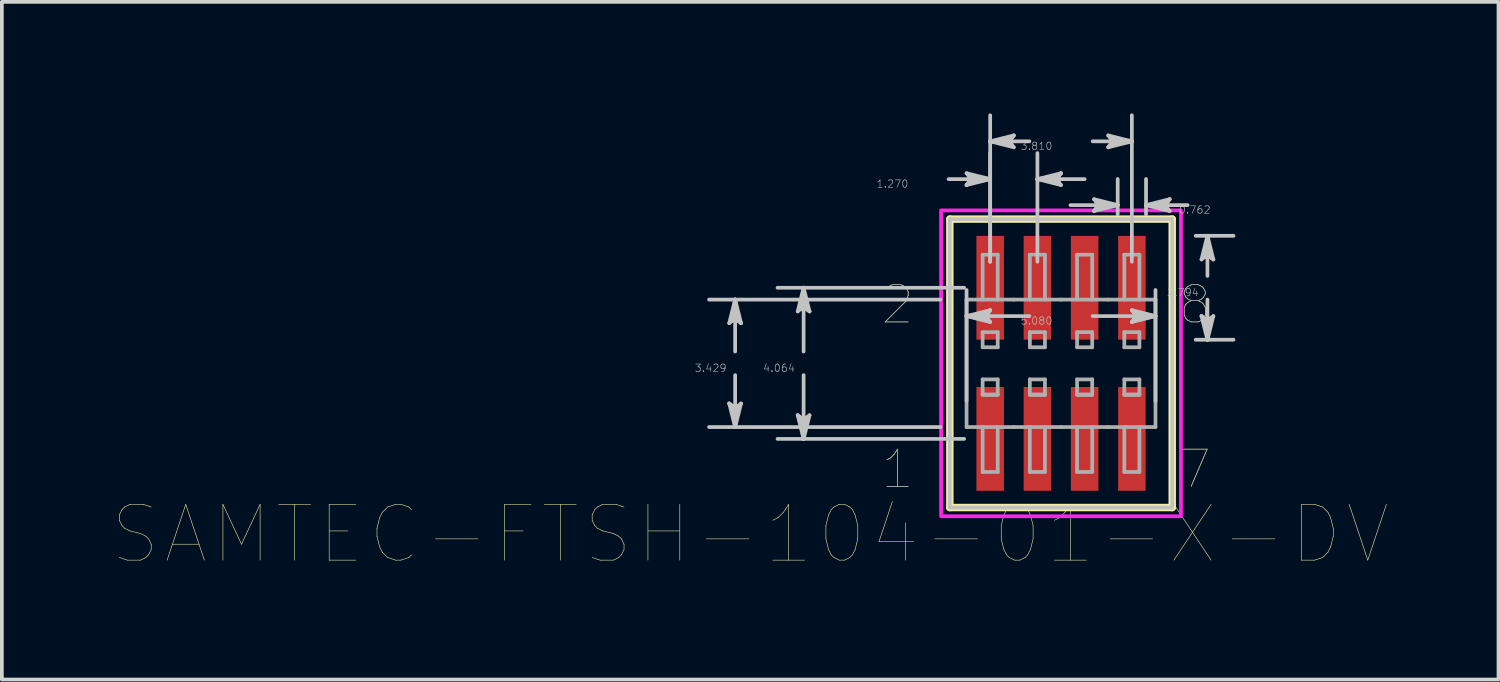
<source format=kicad_pcb>
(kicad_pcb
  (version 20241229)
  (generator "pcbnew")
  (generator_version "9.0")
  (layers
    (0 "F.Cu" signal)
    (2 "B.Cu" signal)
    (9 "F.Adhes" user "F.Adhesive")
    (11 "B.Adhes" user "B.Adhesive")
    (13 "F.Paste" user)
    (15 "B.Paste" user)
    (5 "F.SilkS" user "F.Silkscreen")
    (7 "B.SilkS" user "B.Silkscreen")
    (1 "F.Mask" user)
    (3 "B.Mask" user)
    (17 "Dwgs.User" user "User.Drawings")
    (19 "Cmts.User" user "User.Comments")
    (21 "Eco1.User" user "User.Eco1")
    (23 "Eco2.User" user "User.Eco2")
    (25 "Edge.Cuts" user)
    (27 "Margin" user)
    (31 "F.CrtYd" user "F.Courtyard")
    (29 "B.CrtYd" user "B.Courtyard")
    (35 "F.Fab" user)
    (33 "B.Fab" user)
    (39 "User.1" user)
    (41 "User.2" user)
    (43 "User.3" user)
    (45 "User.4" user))
  (footprint "SAMTEC-FTSH-104-01-X-DV"
    (layer "F.Cu")
    (at 25.481 6.72)
    (property "Reference" "SAMTEC-FTSH-104-01-X-DV" (at -8.358 4.599 0) (layer "F.SilkS") (effects (font (size 1.5 1.5) (thickness 0.015))))
    (attr through_hole)
    (fp_poly (pts (xy -2.326 -3.478) (xy -1.484 -3.478) (xy -1.484 -0.586) (xy -2.326 -0.586)) (stroke (width 0.01) (type solid)) (fill yes) (layer "F.Mask"))
    (fp_poly (pts (xy -2.326 0.586) (xy -1.484 0.586) (xy -1.484 3.478) (xy -2.326 3.478)) (stroke (width 0.01) (type solid)) (fill yes) (layer "F.Mask"))
    (fp_poly (pts (xy -1.056 -3.478) (xy -0.214 -3.478) (xy -0.214 -0.586) (xy -1.056 -0.586)) (stroke (width 0.01) (type solid)) (fill yes) (layer "F.Mask"))
    (fp_poly (pts (xy -1.056 0.586) (xy -0.214 0.586) (xy -0.214 3.478) (xy -1.056 3.478)) (stroke (width 0.01) (type solid)) (fill yes) (layer "F.Mask"))
    (fp_poly (pts (xy 0.214 -3.478) (xy 1.056 -3.478) (xy 1.056 -0.586) (xy 0.214 -0.586)) (stroke (width 0.01) (type solid)) (fill yes) (layer "F.Mask"))
    (fp_poly (pts (xy 0.214 0.586) (xy 1.056 0.586) (xy 1.056 3.478) (xy 0.214 3.478)) (stroke (width 0.01) (type solid)) (fill yes) (layer "F.Mask"))
    (fp_poly (pts (xy 1.484 -3.478) (xy 2.326 -3.478) (xy 2.326 -0.586) (xy 1.484 -0.586)) (stroke (width 0.01) (type solid)) (fill yes) (layer "F.Mask"))
    (fp_poly (pts (xy 1.484 0.586) (xy 2.326 0.586) (xy 2.326 3.478) (xy 1.484 3.478)) (stroke (width 0.01) (type solid)) (fill yes) (layer "F.Mask"))
    (fp_line (start -2.99 -3.878) (end -2.99 3.878) (stroke (width 0.2) (type solid)) (layer "F.SilkS"))
    (fp_line (start -2.99 3.878) (end 2.99 3.878) (stroke (width 0.2) (type solid)) (layer "F.SilkS"))
    (fp_line (start 2.99 -3.878) (end -2.99 -3.878) (stroke (width 0.2) (type solid)) (layer "F.SilkS"))
    (fp_line (start 2.99 3.878) (end 2.99 -3.878) (stroke (width 0.2) (type solid)) (layer "F.SilkS"))
    (fp_poly (pts (xy -2.275 -3.427) (xy -1.535 -3.427) (xy -1.535 -0.637) (xy -2.275 -0.637)) (stroke (width 0.01) (type solid)) (fill yes) (layer "F.Paste"))
    (fp_poly (pts (xy -2.275 0.637) (xy -1.535 0.637) (xy -1.535 3.427) (xy -2.275 3.427)) (stroke (width 0.01) (type solid)) (fill yes) (layer "F.Paste"))
    (fp_poly (pts (xy -1.005 -3.427) (xy -0.265 -3.427) (xy -0.265 -0.637) (xy -1.005 -0.637)) (stroke (width 0.01) (type solid)) (fill yes) (layer "F.Paste"))
    (fp_poly (pts (xy -1.005 0.637) (xy -0.265 0.637) (xy -0.265 3.427) (xy -1.005 3.427)) (stroke (width 0.01) (type solid)) (fill yes) (layer "F.Paste"))
    (fp_poly (pts (xy 0.265 -3.427) (xy 1.005 -3.427) (xy 1.005 -0.637) (xy 0.265 -0.637)) (stroke (width 0.01) (type solid)) (fill yes) (layer "F.Paste"))
    (fp_poly (pts (xy 0.265 0.637) (xy 1.005 0.637) (xy 1.005 3.427) (xy 0.265 3.427)) (stroke (width 0.01) (type solid)) (fill yes) (layer "F.Paste"))
    (fp_poly (pts (xy 1.535 -3.427) (xy 2.275 -3.427) (xy 2.275 -0.637) (xy 1.535 -0.637)) (stroke (width 0.01) (type solid)) (fill yes) (layer "F.Paste"))
    (fp_poly (pts (xy 1.535 0.637) (xy 2.275 0.637) (xy 2.275 3.427) (xy 1.535 3.427)) (stroke (width 0.01) (type solid)) (fill yes) (layer "F.Paste"))
    (fp_line (start -8.922 -1.08) (end -8.763 -1.206) (stroke (width 0.1) (type solid)) (layer "Dwgs.User"))
    (fp_line (start -8.922 1.08) (end -8.763 1.714) (stroke (width 0.1) (type solid)) (layer "Dwgs.User"))
    (fp_line (start -8.842 -1.143) (end -8.763 -1.206) (stroke (width 0.1) (type solid)) (layer "Dwgs.User"))
    (fp_line (start -8.842 1.143) (end -8.922 1.08) (stroke (width 0.1) (type solid)) (layer "Dwgs.User"))
    (fp_line (start -8.763 -1.714) (end -8.922 -1.08) (stroke (width 0.1) (type solid)) (layer "Dwgs.User"))
    (fp_line (start -8.763 -1.714) (end -8.842 -1.143) (stroke (width 0.1) (type solid)) (layer "Dwgs.User"))
    (fp_line (start -8.763 -1.714) (end -8.684 -1.143) (stroke (width 0.1) (type solid)) (layer "Dwgs.User"))
    (fp_line (start -8.763 -1.206) (end -8.763 -1.714) (stroke (width 0.1) (type solid)) (layer "Dwgs.User"))
    (fp_line (start -8.763 -1.206) (end -8.604 -1.08) (stroke (width 0.1) (type solid)) (layer "Dwgs.User"))
    (fp_line (start -8.763 -0.318) (end -8.763 -1.714) (stroke (width 0.1) (type solid)) (layer "Dwgs.User"))
    (fp_line (start -8.763 0.318) (end -8.763 1.714) (stroke (width 0.1) (type solid)) (layer "Dwgs.User"))
    (fp_line (start -8.763 1.206) (end -8.922 1.08) (stroke (width 0.1) (type solid)) (layer "Dwgs.User"))
    (fp_line (start -8.763 1.206) (end -8.763 1.714) (stroke (width 0.1) (type solid)) (layer "Dwgs.User"))
    (fp_line (start -8.763 1.714) (end -8.842 1.143) (stroke (width 0.1) (type solid)) (layer "Dwgs.User"))
    (fp_line (start -8.763 1.714) (end -8.684 1.143) (stroke (width 0.1) (type solid)) (layer "Dwgs.User"))
    (fp_line (start -8.763 1.714) (end -8.604 1.08) (stroke (width 0.1) (type solid)) (layer "Dwgs.User"))
    (fp_line (start -8.684 -1.143) (end -8.604 -1.08) (stroke (width 0.1) (type solid)) (layer "Dwgs.User"))
    (fp_line (start -8.684 1.143) (end -8.763 1.206) (stroke (width 0.1) (type solid)) (layer "Dwgs.User"))
    (fp_line (start -8.604 -1.08) (end -8.763 -1.714) (stroke (width 0.1) (type solid)) (layer "Dwgs.User"))
    (fp_line (start -8.604 1.08) (end -8.763 1.206) (stroke (width 0.1) (type solid)) (layer "Dwgs.User"))
    (fp_line (start -7.08 -1.397) (end -6.922 -1.524) (stroke (width 0.1) (type solid)) (layer "Dwgs.User"))
    (fp_line (start -7.08 1.397) (end -6.922 2.032) (stroke (width 0.1) (type solid)) (layer "Dwgs.User"))
    (fp_line (start -7.001 -1.46) (end -6.922 -1.524) (stroke (width 0.1) (type solid)) (layer "Dwgs.User"))
    (fp_line (start -7.001 1.46) (end -7.08 1.397) (stroke (width 0.1) (type solid)) (layer "Dwgs.User"))
    (fp_line (start -6.922 -2.032) (end -7.08 -1.397) (stroke (width 0.1) (type solid)) (layer "Dwgs.User"))
    (fp_line (start -6.922 -2.032) (end -7.001 -1.46) (stroke (width 0.1) (type solid)) (layer "Dwgs.User"))
    (fp_line (start -6.922 -2.032) (end -6.842 -1.46) (stroke (width 0.1) (type solid)) (layer "Dwgs.User"))
    (fp_line (start -6.922 -1.524) (end -6.922 -2.032) (stroke (width 0.1) (type solid)) (layer "Dwgs.User"))
    (fp_line (start -6.922 -1.524) (end -6.763 -1.397) (stroke (width 0.1) (type solid)) (layer "Dwgs.User"))
    (fp_line (start -6.922 -0.318) (end -6.922 -2.032) (stroke (width 0.1) (type solid)) (layer "Dwgs.User"))
    (fp_line (start -6.922 0.318) (end -6.922 2.032) (stroke (width 0.1) (type solid)) (layer "Dwgs.User"))
    (fp_line (start -6.922 1.524) (end -7.08 1.397) (stroke (width 0.1) (type solid)) (layer "Dwgs.User"))
    (fp_line (start -6.922 1.524) (end -6.922 2.032) (stroke (width 0.1) (type solid)) (layer "Dwgs.User"))
    (fp_line (start -6.922 2.032) (end -7.001 1.46) (stroke (width 0.1) (type solid)) (layer "Dwgs.User"))
    (fp_line (start -6.922 2.032) (end -6.842 1.46) (stroke (width 0.1) (type solid)) (layer "Dwgs.User"))
    (fp_line (start -6.922 2.032) (end -6.763 1.397) (stroke (width 0.1) (type solid)) (layer "Dwgs.User"))
    (fp_line (start -6.842 -1.46) (end -6.763 -1.397) (stroke (width 0.1) (type solid)) (layer "Dwgs.User"))
    (fp_line (start -6.842 1.46) (end -6.922 1.524) (stroke (width 0.1) (type solid)) (layer "Dwgs.User"))
    (fp_line (start -6.763 -1.397) (end -6.922 -2.032) (stroke (width 0.1) (type solid)) (layer "Dwgs.User"))
    (fp_line (start -6.763 1.397) (end -6.922 1.524) (stroke (width 0.1) (type solid)) (layer "Dwgs.User"))
    (fp_line (start -3.241 -1.714) (end -9.464 -1.714) (stroke (width 0.1) (type solid)) (layer "Dwgs.User"))
    (fp_line (start -3.241 1.714) (end -9.464 1.714) (stroke (width 0.1) (type solid)) (layer "Dwgs.User"))
    (fp_line (start -3.023 -4.953) (end -1.905 -4.953) (stroke (width 0.1) (type solid)) (layer "Dwgs.User"))
    (fp_line (start -2.99 -3.878) (end -2.99 3.878) (stroke (width 0.1) (type solid)) (layer "Dwgs.User"))
    (fp_line (start -2.99 3.878) (end 2.99 3.878) (stroke (width 0.1) (type solid)) (layer "Dwgs.User"))
    (fp_line (start -2.606 -2.032) (end -7.623 -2.032) (stroke (width 0.1) (type solid)) (layer "Dwgs.User"))
    (fp_line (start -2.606 2.032) (end -7.623 2.032) (stroke (width 0.1) (type solid)) (layer "Dwgs.User"))
    (fp_line (start -2.54 -5.112) (end -2.413 -4.953) (stroke (width 0.1) (type solid)) (layer "Dwgs.User"))
    (fp_line (start -2.54 -4.794) (end -1.905 -4.953) (stroke (width 0.1) (type solid)) (layer "Dwgs.User"))
    (fp_line (start -2.54 -1.27) (end -1.968 -1.349) (stroke (width 0.1) (type solid)) (layer "Dwgs.User"))
    (fp_line (start -2.54 -1.27) (end -1.968 -1.191) (stroke (width 0.1) (type solid)) (layer "Dwgs.User"))
    (fp_line (start -2.54 -1.27) (end -1.905 -1.111) (stroke (width 0.1) (type solid)) (layer "Dwgs.User"))
    (fp_line (start -2.54 1.013) (end -2.54 -1.971) (stroke (width 0.1) (type solid)) (layer "Dwgs.User"))
    (fp_line (start -2.476 -5.032) (end -2.413 -4.953) (stroke (width 0.1) (type solid)) (layer "Dwgs.User"))
    (fp_line (start -2.476 -4.874) (end -2.54 -4.794) (stroke (width 0.1) (type solid)) (layer "Dwgs.User"))
    (fp_line (start -2.413 -4.953) (end -2.54 -4.794) (stroke (width 0.1) (type solid)) (layer "Dwgs.User"))
    (fp_line (start -2.413 -4.953) (end -1.905 -4.953) (stroke (width 0.1) (type solid)) (layer "Dwgs.User"))
    (fp_line (start -2.032 -1.27) (end -2.54 -1.27) (stroke (width 0.1) (type solid)) (layer "Dwgs.User"))
    (fp_line (start -2.032 -1.27) (end -1.905 -1.429) (stroke (width 0.1) (type solid)) (layer "Dwgs.User"))
    (fp_line (start -1.968 -1.349) (end -1.905 -1.429) (stroke (width 0.1) (type solid)) (layer "Dwgs.User"))
    (fp_line (start -1.968 -1.191) (end -2.032 -1.27) (stroke (width 0.1) (type solid)) (layer "Dwgs.User"))
    (fp_line (start -1.905 -5.969) (end -1.334 -6.048) (stroke (width 0.1) (type solid)) (layer "Dwgs.User"))
    (fp_line (start -1.905 -5.969) (end -1.334 -5.89) (stroke (width 0.1) (type solid)) (layer "Dwgs.User"))
    (fp_line (start -1.905 -5.969) (end -1.27 -5.81) (stroke (width 0.1) (type solid)) (layer "Dwgs.User"))
    (fp_line (start -1.905 -4.953) (end -2.54 -5.112) (stroke (width 0.1) (type solid)) (layer "Dwgs.User"))
    (fp_line (start -1.905 -4.953) (end -2.476 -5.032) (stroke (width 0.1) (type solid)) (layer "Dwgs.User"))
    (fp_line (start -1.905 -4.953) (end -2.476 -4.874) (stroke (width 0.1) (type solid)) (layer "Dwgs.User"))
    (fp_line (start -1.905 -2.733) (end -1.905 -6.67) (stroke (width 0.1) (type solid)) (layer "Dwgs.User"))
    (fp_line (start -1.905 -2.733) (end -1.905 -5.654) (stroke (width 0.1) (type solid)) (layer "Dwgs.User"))
    (fp_line (start -1.905 -1.429) (end -2.54 -1.27) (stroke (width 0.1) (type solid)) (layer "Dwgs.User"))
    (fp_line (start -1.905 -1.111) (end -2.032 -1.27) (stroke (width 0.1) (type solid)) (layer "Dwgs.User"))
    (fp_line (start -1.397 -5.969) (end -1.905 -5.969) (stroke (width 0.1) (type solid)) (layer "Dwgs.User"))
    (fp_line (start -1.397 -5.969) (end -1.27 -6.128) (stroke (width 0.1) (type solid)) (layer "Dwgs.User"))
    (fp_line (start -1.334 -6.048) (end -1.27 -6.128) (stroke (width 0.1) (type solid)) (layer "Dwgs.User"))
    (fp_line (start -1.334 -5.89) (end -1.397 -5.969) (stroke (width 0.1) (type solid)) (layer "Dwgs.User"))
    (fp_line (start -1.27 -6.128) (end -1.905 -5.969) (stroke (width 0.1) (type solid)) (layer "Dwgs.User"))
    (fp_line (start -1.27 -5.81) (end -1.397 -5.969) (stroke (width 0.1) (type solid)) (layer "Dwgs.User"))
    (fp_line (start -0.851 -5.969) (end -1.905 -5.969) (stroke (width 0.1) (type solid)) (layer "Dwgs.User"))
    (fp_line (start -0.851 -1.27) (end -2.54 -1.27) (stroke (width 0.1) (type solid)) (layer "Dwgs.User"))
    (fp_line (start -0.635 -4.953) (end -0.064 -5.032) (stroke (width 0.1) (type solid)) (layer "Dwgs.User"))
    (fp_line (start -0.635 -4.953) (end -0.064 -4.874) (stroke (width 0.1) (type solid)) (layer "Dwgs.User"))
    (fp_line (start -0.635 -4.953) (end 0 -4.794) (stroke (width 0.1) (type solid)) (layer "Dwgs.User"))
    (fp_line (start -0.635 -2.733) (end -0.635 -5.654) (stroke (width 0.1) (type solid)) (layer "Dwgs.User"))
    (fp_line (start -0.127 -4.953) (end -0.635 -4.953) (stroke (width 0.1) (type solid)) (layer "Dwgs.User"))
    (fp_line (start -0.127 -4.953) (end 0 -5.112) (stroke (width 0.1) (type solid)) (layer "Dwgs.User"))
    (fp_line (start -0.064 -5.032) (end 0 -5.112) (stroke (width 0.1) (type solid)) (layer "Dwgs.User"))
    (fp_line (start -0.064 -4.874) (end -0.127 -4.953) (stroke (width 0.1) (type solid)) (layer "Dwgs.User"))
    (fp_line (start 0 -5.112) (end -0.635 -4.953) (stroke (width 0.1) (type solid)) (layer "Dwgs.User"))
    (fp_line (start 0 -4.794) (end -0.127 -4.953) (stroke (width 0.1) (type solid)) (layer "Dwgs.User"))
    (fp_line (start 0.254 -4.254) (end 1.524 -4.254) (stroke (width 0.1) (type solid)) (layer "Dwgs.User"))
    (fp_line (start 0.635 -4.953) (end -0.635 -4.953) (stroke (width 0.1) (type solid)) (layer "Dwgs.User"))
    (fp_line (start 0.851 -5.969) (end 1.905 -5.969) (stroke (width 0.1) (type solid)) (layer "Dwgs.User"))
    (fp_line (start 0.851 -1.27) (end 2.54 -1.27) (stroke (width 0.1) (type solid)) (layer "Dwgs.User"))
    (fp_line (start 0.889 -4.413) (end 1.016 -4.254) (stroke (width 0.1) (type solid)) (layer "Dwgs.User"))
    (fp_line (start 0.889 -4.096) (end 1.524 -4.254) (stroke (width 0.1) (type solid)) (layer "Dwgs.User"))
    (fp_line (start 0.952 -4.334) (end 1.016 -4.254) (stroke (width 0.1) (type solid)) (layer "Dwgs.User"))
    (fp_line (start 0.952 -4.175) (end 0.889 -4.096) (stroke (width 0.1) (type solid)) (layer "Dwgs.User"))
    (fp_line (start 1.016 -4.254) (end 0.889 -4.096) (stroke (width 0.1) (type solid)) (layer "Dwgs.User"))
    (fp_line (start 1.016 -4.254) (end 1.524 -4.254) (stroke (width 0.1) (type solid)) (layer "Dwgs.User"))
    (fp_line (start 1.27 -6.128) (end 1.397 -5.969) (stroke (width 0.1) (type solid)) (layer "Dwgs.User"))
    (fp_line (start 1.27 -5.81) (end 1.905 -5.969) (stroke (width 0.1) (type solid)) (layer "Dwgs.User"))
    (fp_line (start 1.334 -6.048) (end 1.397 -5.969) (stroke (width 0.1) (type solid)) (layer "Dwgs.User"))
    (fp_line (start 1.334 -5.89) (end 1.27 -5.81) (stroke (width 0.1) (type solid)) (layer "Dwgs.User"))
    (fp_line (start 1.397 -5.969) (end 1.27 -5.81) (stroke (width 0.1) (type solid)) (layer "Dwgs.User"))
    (fp_line (start 1.397 -5.969) (end 1.905 -5.969) (stroke (width 0.1) (type solid)) (layer "Dwgs.User"))
    (fp_line (start 1.524 -4.254) (end 0.889 -4.413) (stroke (width 0.1) (type solid)) (layer "Dwgs.User"))
    (fp_line (start 1.524 -4.254) (end 0.952 -4.334) (stroke (width 0.1) (type solid)) (layer "Dwgs.User"))
    (fp_line (start 1.524 -4.254) (end 0.952 -4.175) (stroke (width 0.1) (type solid)) (layer "Dwgs.User"))
    (fp_line (start 1.524 -4.003) (end 1.524 -4.956) (stroke (width 0.1) (type solid)) (layer "Dwgs.User"))
    (fp_line (start 1.905 -5.969) (end 1.27 -6.128) (stroke (width 0.1) (type solid)) (layer "Dwgs.User"))
    (fp_line (start 1.905 -5.969) (end 1.334 -6.048) (stroke (width 0.1) (type solid)) (layer "Dwgs.User"))
    (fp_line (start 1.905 -5.969) (end 1.334 -5.89) (stroke (width 0.1) (type solid)) (layer "Dwgs.User"))
    (fp_line (start 1.905 -2.733) (end 1.905 -6.67) (stroke (width 0.1) (type solid)) (layer "Dwgs.User"))
    (fp_line (start 1.905 -1.429) (end 2.032 -1.27) (stroke (width 0.1) (type solid)) (layer "Dwgs.User"))
    (fp_line (start 1.905 -1.111) (end 2.54 -1.27) (stroke (width 0.1) (type solid)) (layer "Dwgs.User"))
    (fp_line (start 1.968 -1.349) (end 2.032 -1.27) (stroke (width 0.1) (type solid)) (layer "Dwgs.User"))
    (fp_line (start 1.968 -1.191) (end 1.905 -1.111) (stroke (width 0.1) (type solid)) (layer "Dwgs.User"))
    (fp_line (start 2.032 -1.27) (end 1.905 -1.111) (stroke (width 0.1) (type solid)) (layer "Dwgs.User"))
    (fp_line (start 2.032 -1.27) (end 2.54 -1.27) (stroke (width 0.1) (type solid)) (layer "Dwgs.User"))
    (fp_line (start 2.286 -4.254) (end 2.858 -4.334) (stroke (width 0.1) (type solid)) (layer "Dwgs.User"))
    (fp_line (start 2.286 -4.254) (end 2.858 -4.175) (stroke (width 0.1) (type solid)) (layer "Dwgs.User"))
    (fp_line (start 2.286 -4.254) (end 2.921 -4.096) (stroke (width 0.1) (type solid)) (layer "Dwgs.User"))
    (fp_line (start 2.286 -4.003) (end 2.286 -4.956) (stroke (width 0.1) (type solid)) (layer "Dwgs.User"))
    (fp_line (start 2.54 -1.27) (end 1.905 -1.429) (stroke (width 0.1) (type solid)) (layer "Dwgs.User"))
    (fp_line (start 2.54 -1.27) (end 1.968 -1.349) (stroke (width 0.1) (type solid)) (layer "Dwgs.User"))
    (fp_line (start 2.54 -1.27) (end 1.968 -1.191) (stroke (width 0.1) (type solid)) (layer "Dwgs.User"))
    (fp_line (start 2.54 1.013) (end 2.54 -1.971) (stroke (width 0.1) (type solid)) (layer "Dwgs.User"))
    (fp_line (start 2.794 -4.254) (end 2.286 -4.254) (stroke (width 0.1) (type solid)) (layer "Dwgs.User"))
    (fp_line (start 2.794 -4.254) (end 2.921 -4.413) (stroke (width 0.1) (type solid)) (layer "Dwgs.User"))
    (fp_line (start 2.858 -4.334) (end 2.921 -4.413) (stroke (width 0.1) (type solid)) (layer "Dwgs.User"))
    (fp_line (start 2.858 -4.175) (end 2.794 -4.254) (stroke (width 0.1) (type solid)) (layer "Dwgs.User"))
    (fp_line (start 2.921 -4.413) (end 2.286 -4.254) (stroke (width 0.1) (type solid)) (layer "Dwgs.User"))
    (fp_line (start 2.921 -4.096) (end 2.794 -4.254) (stroke (width 0.1) (type solid)) (layer "Dwgs.User"))
    (fp_line (start 2.99 -3.878) (end -2.99 -3.878) (stroke (width 0.1) (type solid)) (layer "Dwgs.User"))
    (fp_line (start 2.99 3.878) (end 2.99 -3.878) (stroke (width 0.1) (type solid)) (layer "Dwgs.User"))
    (fp_line (start 3.404 -4.254) (end 2.286 -4.254) (stroke (width 0.1) (type solid)) (layer "Dwgs.User"))
    (fp_line (start 3.622 -3.429) (end 4.638 -3.429) (stroke (width 0.1) (type solid)) (layer "Dwgs.User"))
    (fp_line (start 3.622 -0.635) (end 4.638 -0.635) (stroke (width 0.1) (type solid)) (layer "Dwgs.User"))
    (fp_line (start 3.778 -2.794) (end 3.937 -2.921) (stroke (width 0.1) (type solid)) (layer "Dwgs.User"))
    (fp_line (start 3.778 -1.27) (end 3.937 -0.635) (stroke (width 0.1) (type solid)) (layer "Dwgs.User"))
    (fp_line (start 3.858 -2.858) (end 3.937 -2.921) (stroke (width 0.1) (type solid)) (layer "Dwgs.User"))
    (fp_line (start 3.858 -1.206) (end 3.778 -1.27) (stroke (width 0.1) (type solid)) (layer "Dwgs.User"))
    (fp_line (start 3.937 -3.429) (end 3.778 -2.794) (stroke (width 0.1) (type solid)) (layer "Dwgs.User"))
    (fp_line (start 3.937 -3.429) (end 3.858 -2.858) (stroke (width 0.1) (type solid)) (layer "Dwgs.User"))
    (fp_line (start 3.937 -3.429) (end 4.016 -2.858) (stroke (width 0.1) (type solid)) (layer "Dwgs.User"))
    (fp_line (start 3.937 -2.921) (end 3.937 -3.429) (stroke (width 0.1) (type solid)) (layer "Dwgs.User"))
    (fp_line (start 3.937 -2.921) (end 4.096 -2.794) (stroke (width 0.1) (type solid)) (layer "Dwgs.User"))
    (fp_line (start 3.937 -2.35) (end 3.937 -3.429) (stroke (width 0.1) (type solid)) (layer "Dwgs.User"))
    (fp_line (start 3.937 -1.714) (end 3.937 -0.635) (stroke (width 0.1) (type solid)) (layer "Dwgs.User"))
    (fp_line (start 3.937 -1.143) (end 3.778 -1.27) (stroke (width 0.1) (type solid)) (layer "Dwgs.User"))
    (fp_line (start 3.937 -1.143) (end 3.937 -0.635) (stroke (width 0.1) (type solid)) (layer "Dwgs.User"))
    (fp_line (start 3.937 -0.635) (end 3.858 -1.206) (stroke (width 0.1) (type solid)) (layer "Dwgs.User"))
    (fp_line (start 3.937 -0.635) (end 4.016 -1.206) (stroke (width 0.1) (type solid)) (layer "Dwgs.User"))
    (fp_line (start 3.937 -0.635) (end 4.096 -1.27) (stroke (width 0.1) (type solid)) (layer "Dwgs.User"))
    (fp_line (start 4.016 -2.858) (end 4.096 -2.794) (stroke (width 0.1) (type solid)) (layer "Dwgs.User"))
    (fp_line (start 4.016 -1.206) (end 3.937 -1.143) (stroke (width 0.1) (type solid)) (layer "Dwgs.User"))
    (fp_line (start 4.096 -2.794) (end 3.937 -3.429) (stroke (width 0.1) (type solid)) (layer "Dwgs.User"))
    (fp_line (start 4.096 -1.27) (end 3.937 -1.143) (stroke (width 0.1) (type solid)) (layer "Dwgs.User"))
    (fp_poly (pts (xy -3.225 4.113) (xy -3.225 -4.113) (xy 3.225 -4.113) (xy 3.225 4.113) (xy -3.225 4.113)) (stroke (width 0.1) (type solid)) (fill no) (layer "F.CrtYd"))
    (fp_line (start -2.54 -1.714) (end -2.54 1.714) (stroke (width 0.1) (type solid)) (layer "F.Fab"))
    (fp_line (start -2.54 1.714) (end -1.27 1.714) (stroke (width 0.1) (type solid)) (layer "F.Fab"))
    (fp_line (start -2.108 -1.714) (end -2.108 -2.921) (stroke (width 0.1) (type solid)) (layer "F.Fab"))
    (fp_line (start -2.108 -0.432) (end -2.108 -0.838) (stroke (width 0.1) (type solid)) (layer "F.Fab"))
    (fp_line (start -2.108 0.838) (end -2.108 0.432) (stroke (width 0.1) (type solid)) (layer "F.Fab"))
    (fp_line (start -2.108 0.851) (end -1.702 0.851) (stroke (width 0.1) (type solid)) (layer "F.Fab"))
    (fp_line (start -2.108 2.921) (end -2.108 1.714) (stroke (width 0.1) (type solid)) (layer "F.Fab"))
    (fp_line (start -1.702 -2.921) (end -2.108 -2.921) (stroke (width 0.1) (type solid)) (layer "F.Fab"))
    (fp_line (start -1.702 -2.921) (end -1.702 -1.714) (stroke (width 0.1) (type solid)) (layer "F.Fab"))
    (fp_line (start -1.702 -0.838) (end -2.108 -0.838) (stroke (width 0.1) (type solid)) (layer "F.Fab"))
    (fp_line (start -1.702 -0.432) (end -2.108 -0.432) (stroke (width 0.1) (type solid)) (layer "F.Fab"))
    (fp_line (start -1.702 -0.432) (end -1.702 -0.838) (stroke (width 0.1) (type solid)) (layer "F.Fab"))
    (fp_line (start -1.702 0.432) (end -2.108 0.432) (stroke (width 0.1) (type solid)) (layer "F.Fab"))
    (fp_line (start -1.702 0.838) (end -2.108 0.838) (stroke (width 0.1) (type solid)) (layer "F.Fab"))
    (fp_line (start -1.702 0.838) (end -1.702 0.432) (stroke (width 0.1) (type solid)) (layer "F.Fab"))
    (fp_line (start -1.702 1.714) (end -1.702 2.921) (stroke (width 0.1) (type solid)) (layer "F.Fab"))
    (fp_line (start -1.702 2.921) (end -2.108 2.921) (stroke (width 0.1) (type solid)) (layer "F.Fab"))
    (fp_line (start -1.27 -1.714) (end -2.54 -1.714) (stroke (width 0.1) (type solid)) (layer "F.Fab"))
    (fp_line (start -1.27 1.714) (end 0 1.714) (stroke (width 0.1) (type solid)) (layer "F.Fab"))
    (fp_line (start -0.838 -1.714) (end -0.838 -2.921) (stroke (width 0.1) (type solid)) (layer "F.Fab"))
    (fp_line (start -0.838 -0.432) (end -0.838 -0.838) (stroke (width 0.1) (type solid)) (layer "F.Fab"))
    (fp_line (start -0.838 0.838) (end -0.838 0.432) (stroke (width 0.1) (type solid)) (layer "F.Fab"))
    (fp_line (start -0.838 0.851) (end -0.432 0.851) (stroke (width 0.1) (type solid)) (layer "F.Fab"))
    (fp_line (start -0.838 2.921) (end -0.838 1.714) (stroke (width 0.1) (type solid)) (layer "F.Fab"))
    (fp_line (start -0.432 -2.921) (end -0.838 -2.921) (stroke (width 0.1) (type solid)) (layer "F.Fab"))
    (fp_line (start -0.432 -2.921) (end -0.432 -1.714) (stroke (width 0.1) (type solid)) (layer "F.Fab"))
    (fp_line (start -0.432 -0.838) (end -0.838 -0.838) (stroke (width 0.1) (type solid)) (layer "F.Fab"))
    (fp_line (start -0.432 -0.432) (end -0.838 -0.432) (stroke (width 0.1) (type solid)) (layer "F.Fab"))
    (fp_line (start -0.432 -0.432) (end -0.432 -0.838) (stroke (width 0.1) (type solid)) (layer "F.Fab"))
    (fp_line (start -0.432 0.432) (end -0.838 0.432) (stroke (width 0.1) (type solid)) (layer "F.Fab"))
    (fp_line (start -0.432 0.838) (end -0.838 0.838) (stroke (width 0.1) (type solid)) (layer "F.Fab"))
    (fp_line (start -0.432 0.838) (end -0.432 0.432) (stroke (width 0.1) (type solid)) (layer "F.Fab"))
    (fp_line (start -0.432 1.714) (end -0.432 2.921) (stroke (width 0.1) (type solid)) (layer "F.Fab"))
    (fp_line (start -0.432 2.921) (end -0.838 2.921) (stroke (width 0.1) (type solid)) (layer "F.Fab"))
    (fp_line (start 0 -1.714) (end -1.27 -1.714) (stroke (width 0.1) (type solid)) (layer "F.Fab"))
    (fp_line (start 0 1.714) (end 1.27 1.714) (stroke (width 0.1) (type solid)) (layer "F.Fab"))
    (fp_line (start 0.432 -1.714) (end 0.432 -2.921) (stroke (width 0.1) (type solid)) (layer "F.Fab"))
    (fp_line (start 0.432 -0.432) (end 0.432 -0.838) (stroke (width 0.1) (type solid)) (layer "F.Fab"))
    (fp_line (start 0.432 0.838) (end 0.432 0.432) (stroke (width 0.1) (type solid)) (layer "F.Fab"))
    (fp_line (start 0.432 0.851) (end 0.838 0.851) (stroke (width 0.1) (type solid)) (layer "F.Fab"))
    (fp_line (start 0.432 2.921) (end 0.432 1.714) (stroke (width 0.1) (type solid)) (layer "F.Fab"))
    (fp_line (start 0.838 -2.921) (end 0.432 -2.921) (stroke (width 0.1) (type solid)) (layer "F.Fab"))
    (fp_line (start 0.838 -2.921) (end 0.838 -1.714) (stroke (width 0.1) (type solid)) (layer "F.Fab"))
    (fp_line (start 0.838 -0.838) (end 0.432 -0.838) (stroke (width 0.1) (type solid)) (layer "F.Fab"))
    (fp_line (start 0.838 -0.432) (end 0.432 -0.432) (stroke (width 0.1) (type solid)) (layer "F.Fab"))
    (fp_line (start 0.838 -0.432) (end 0.838 -0.838) (stroke (width 0.1) (type solid)) (layer "F.Fab"))
    (fp_line (start 0.838 0.432) (end 0.432 0.432) (stroke (width 0.1) (type solid)) (layer "F.Fab"))
    (fp_line (start 0.838 0.838) (end 0.432 0.838) (stroke (width 0.1) (type solid)) (layer "F.Fab"))
    (fp_line (start 0.838 0.838) (end 0.838 0.432) (stroke (width 0.1) (type solid)) (layer "F.Fab"))
    (fp_line (start 0.838 1.714) (end 0.838 2.921) (stroke (width 0.1) (type solid)) (layer "F.Fab"))
    (fp_line (start 0.838 2.921) (end 0.432 2.921) (stroke (width 0.1) (type solid)) (layer "F.Fab"))
    (fp_line (start 1.27 -1.714) (end 0 -1.714) (stroke (width 0.1) (type solid)) (layer "F.Fab"))
    (fp_line (start 1.27 1.714) (end 2.54 1.714) (stroke (width 0.1) (type solid)) (layer "F.Fab"))
    (fp_line (start 1.702 -1.714) (end 1.702 -2.921) (stroke (width 0.1) (type solid)) (layer "F.Fab"))
    (fp_line (start 1.702 -0.432) (end 1.702 -0.838) (stroke (width 0.1) (type solid)) (layer "F.Fab"))
    (fp_line (start 1.702 0.838) (end 1.702 0.432) (stroke (width 0.1) (type solid)) (layer "F.Fab"))
    (fp_line (start 1.702 0.851) (end 2.108 0.851) (stroke (width 0.1) (type solid)) (layer "F.Fab"))
    (fp_line (start 1.702 2.921) (end 1.702 1.714) (stroke (width 0.1) (type solid)) (layer "F.Fab"))
    (fp_line (start 2.108 -2.921) (end 1.702 -2.921) (stroke (width 0.1) (type solid)) (layer "F.Fab"))
    (fp_line (start 2.108 -2.921) (end 2.108 -1.714) (stroke (width 0.1) (type solid)) (layer "F.Fab"))
    (fp_line (start 2.108 -0.838) (end 1.702 -0.838) (stroke (width 0.1) (type solid)) (layer "F.Fab"))
    (fp_line (start 2.108 -0.432) (end 1.702 -0.432) (stroke (width 0.1) (type solid)) (layer "F.Fab"))
    (fp_line (start 2.108 -0.432) (end 2.108 -0.838) (stroke (width 0.1) (type solid)) (layer "F.Fab"))
    (fp_line (start 2.108 0.432) (end 1.702 0.432) (stroke (width 0.1) (type solid)) (layer "F.Fab"))
    (fp_line (start 2.108 0.838) (end 1.702 0.838) (stroke (width 0.1) (type solid)) (layer "F.Fab"))
    (fp_line (start 2.108 0.838) (end 2.108 0.432) (stroke (width 0.1) (type solid)) (layer "F.Fab"))
    (fp_line (start 2.108 1.714) (end 2.108 2.921) (stroke (width 0.1) (type solid)) (layer "F.Fab"))
    (fp_line (start 2.108 2.921) (end 1.702 2.921) (stroke (width 0.1) (type solid)) (layer "F.Fab"))
    (fp_line (start 2.54 -1.714) (end 1.27 -1.714) (stroke (width 0.1) (type solid)) (layer "F.Fab"))
    (fp_line (start 2.54 1.714) (end 2.54 -1.714) (stroke (width 0.1) (type solid)) (layer "F.Fab"))
    (fp_text user "2" (at -4.396 -1.575 0) (layer "F.SilkS") (effects (font (size 1 1) (thickness 0.015))))
    (fp_text user "8" (at 3.596 -1.575 0) (layer "F.SilkS") (effects (font (size 1 1) (thickness 0.015))))
    (fp_text user "7" (at 3.596 2.845 0) (layer "F.SilkS") (effects (font (size 1 1) (thickness 0.015))))
    (fp_text user "1" (at -4.396 2.845 0) (layer "F.SilkS") (effects (font (size 1 1) (thickness 0.015))))
    (fp_text user "5.080" (at -0.66 -1.143 0) (layer "Dwgs.User") (effects (font (size 0.2 0.2) (thickness 0.015))))
    (fp_text user "0.762" (at 3.594 -4.128 0) (layer "Dwgs.User") (effects (font (size 0.2 0.2) (thickness 0.015))))
    (fp_text user "3.810" (at -0.66 -5.842 0) (layer "Dwgs.User") (effects (font (size 0.2 0.2) (thickness 0.015))))
    (fp_text user "3.429" (at -9.423 0.127 0) (layer "Dwgs.User") (effects (font (size 0.2 0.2) (thickness 0.015))))
    (fp_text user "4.064" (at -7.582 0.127 0) (layer "Dwgs.User") (effects (font (size 0.2 0.2) (thickness 0.015))))
    (fp_text user "1.270" (at -4.534 -4.826 0) (layer "Dwgs.User") (effects (font (size 0.2 0.2) (thickness 0.015))))
    (fp_text user "2.794" (at 3.277 -1.905 0) (layer "Dwgs.User") (effects (font (size 0.2 0.2) (thickness 0.015))))
    (fp_text user "7" (at 3.596 2.845 0) (layer "F.Fab") (effects (font (size 1 1) (thickness 0.015))))
    (fp_text user "2" (at -4.396 -1.575 0) (layer "F.Fab") (effects (font (size 1 1) (thickness 0.015))))
    (fp_text user "8" (at 3.596 -1.575 0) (layer "F.Fab") (effects (font (size 1 1) (thickness 0.015))))
    (fp_text user "1" (at -4.396 2.845 0) (layer "F.Fab") (effects (font (size 1 1) (thickness 0.015))))
    (pad "1" smd rect (at -1.905 2.032) (size 0.74 2.79) (layers "F.Cu" "F.Paste"))
    (pad "2" smd rect (at -1.905 -2.032) (size 0.74 2.79) (layers "F.Cu" "F.Paste"))
    (pad "3" smd rect (at -0.635 2.032) (size 0.74 2.79) (layers "F.Cu" "F.Paste"))
    (pad "4" smd rect (at -0.635 -2.032) (size 0.74 2.79) (layers "F.Cu" "F.Paste"))
    (pad "5" smd rect (at 0.635 2.032) (size 0.74 2.79) (layers "F.Cu" "F.Paste"))
    (pad "6" smd rect (at 0.635 -2.032) (size 0.74 2.79) (layers "F.Cu" "F.Paste"))
    (pad "7" smd rect (at 1.905 2.032) (size 0.74 2.79) (layers "F.Cu" "F.Paste"))
    (pad "8" smd rect (at 1.905 -2.032) (size 0.74 2.79) (layers "F.Cu" "F.Paste")))
  (gr_rect
    (start -3 -3)
    (end 37.245 15.223)
    (stroke (width 0.1) (type default))
    (fill no)
    (layer "Edge.Cuts")))
</source>
